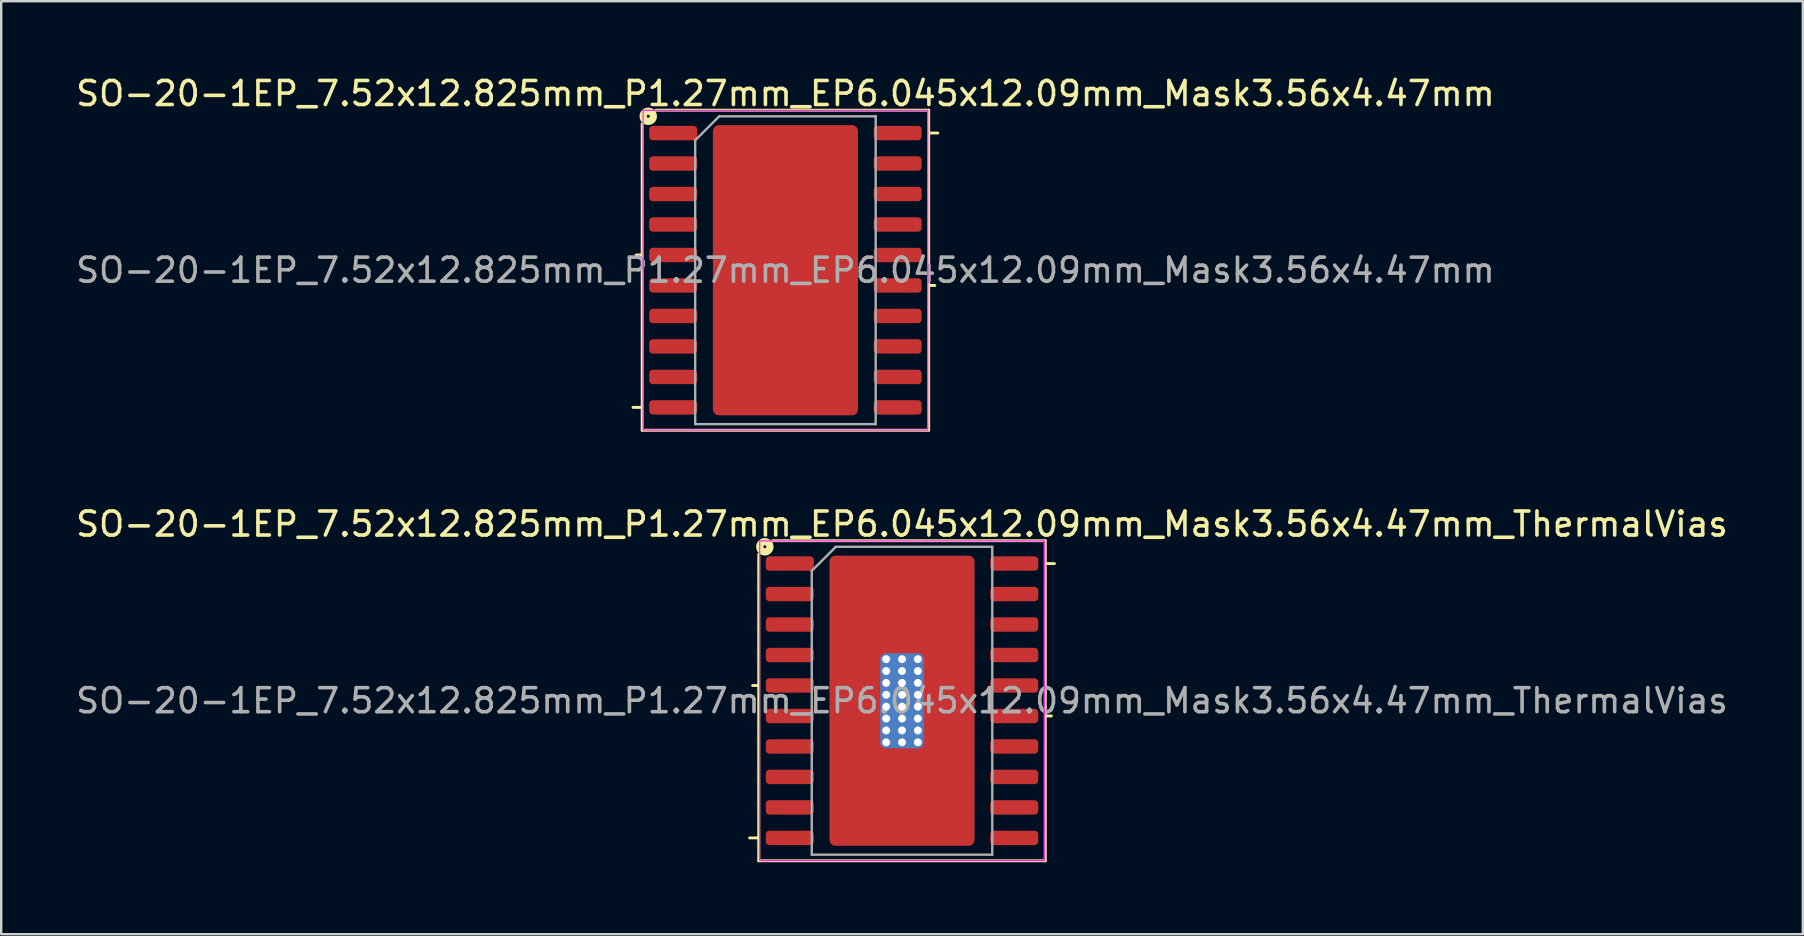
<source format=kicad_pcb>
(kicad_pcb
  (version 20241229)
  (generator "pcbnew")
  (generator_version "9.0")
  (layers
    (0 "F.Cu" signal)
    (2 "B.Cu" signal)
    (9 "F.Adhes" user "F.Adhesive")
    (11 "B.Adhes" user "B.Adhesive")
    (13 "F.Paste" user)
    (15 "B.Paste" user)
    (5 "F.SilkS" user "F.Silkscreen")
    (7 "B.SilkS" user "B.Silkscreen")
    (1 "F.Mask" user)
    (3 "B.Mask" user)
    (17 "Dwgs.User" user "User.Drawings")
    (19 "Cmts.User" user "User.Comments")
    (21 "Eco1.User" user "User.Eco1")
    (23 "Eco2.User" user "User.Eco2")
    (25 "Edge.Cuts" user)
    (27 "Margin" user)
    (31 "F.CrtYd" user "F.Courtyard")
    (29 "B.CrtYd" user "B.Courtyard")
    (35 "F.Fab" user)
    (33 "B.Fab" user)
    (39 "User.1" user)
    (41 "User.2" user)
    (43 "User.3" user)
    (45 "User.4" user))
  (footprint "SO-20-1EP_7.52x12.825mm_P1.27mm_EP6.045x12.09mm_Mask3.56x4.47mm_ThermalVias"
    (layer "F.Cu")
    (at 34.53 26.144)
    (property "Reference" "SO-20-1EP_7.52x12.825mm_P1.27mm_EP6.045x12.09mm_Mask3.56x4.47mm_ThermalVias" (at 0 -7.36 0) (layer "F.SilkS") (effects (font (size 1 1) (thickness 0.15))))
    (attr smd)
    (fp_line (start -5.969 -6.096) (end -5.969 6.668) (stroke (width 0.12) (type solid)) (layer "F.SilkS"))
    (fp_line (start -5.969 -0.635) (end -6.223 -0.635) (stroke (width 0.12) (type solid)) (layer "F.SilkS"))
    (fp_line (start -5.969 5.715) (end -6.35 5.715) (stroke (width 0.12) (type solid)) (layer "F.SilkS"))
    (fp_line (start -5.969 6.668) (end 5.969 6.668) (stroke (width 0.12) (type solid)) (layer "F.SilkS"))
    (fp_line (start 5.969 -6.668) (end -5.397 -6.668) (stroke (width 0.12) (type solid)) (layer "F.SilkS"))
    (fp_line (start 5.969 -5.715) (end 6.35 -5.715) (stroke (width 0.12) (type solid)) (layer "F.SilkS"))
    (fp_line (start 5.969 0.635) (end 6.223 0.635) (stroke (width 0.12) (type solid)) (layer "F.SilkS"))
    (fp_line (start 5.969 6.668) (end 5.969 -6.668) (stroke (width 0.12) (type solid)) (layer "F.SilkS"))
    (fp_circle (center -5.715 -6.413) (end -5.652 -6.413) (stroke (width 0.3) (type solid)) (fill no) (layer "F.SilkS"))
    (fp_line (start -5.93 -6.66) (end -5.93 6.66) (stroke (width 0.05) (type solid)) (layer "F.CrtYd"))
    (fp_line (start -5.93 6.66) (end 5.93 6.66) (stroke (width 0.05) (type solid)) (layer "F.CrtYd"))
    (fp_line (start 5.93 -6.66) (end -5.93 -6.66) (stroke (width 0.05) (type solid)) (layer "F.CrtYd"))
    (fp_line (start 5.93 6.66) (end 5.93 -6.66) (stroke (width 0.05) (type solid)) (layer "F.CrtYd"))
    (fp_line (start -3.76 -5.412) (end -2.76 -6.412) (stroke (width 0.1) (type solid)) (layer "F.Fab"))
    (fp_line (start -3.76 6.412) (end -3.76 -5.412) (stroke (width 0.1) (type solid)) (layer "F.Fab"))
    (fp_line (start -2.76 -6.412) (end 3.76 -6.412) (stroke (width 0.1) (type solid)) (layer "F.Fab"))
    (fp_line (start 3.76 -6.412) (end 3.76 6.412) (stroke (width 0.1) (type solid)) (layer "F.Fab"))
    (fp_line (start 3.76 6.412) (end -3.76 6.412) (stroke (width 0.1) (type solid)) (layer "F.Fab"))
    (fp_text user "${REFERENCE}" (at 0 0 0) (layer "F.Fab") (effects (font (size 1 1) (thickness 0.15))))
    (pad "" smd roundrect (at -0.89 -1.115) (size 1.54 1.94) (layers "F.Paste") (roundrect_rratio 0.162))
    (pad "" smd roundrect (at -0.89 1.115) (size 1.54 1.94) (layers "F.Paste") (roundrect_rratio 0.162))
    (pad "" smd roundrect (at 0 0) (size 3.56 4.47) (layers "F.Mask") (roundrect_rratio 0.069))
    (pad "" smd roundrect (at 0.89 -1.115) (size 1.54 1.94) (layers "F.Paste") (roundrect_rratio 0.162))
    (pad "" smd roundrect (at 0.89 1.115) (size 1.54 1.94) (layers "F.Paste") (roundrect_rratio 0.162))
    (pad "1" smd roundrect (at -4.675 -5.715) (size 2 0.6) (layers "F.Cu" "F.Mask" "F.Paste") (roundrect_rratio 0.25))
    (pad "2" smd roundrect (at -4.675 -4.445) (size 2 0.6) (layers "F.Cu" "F.Mask" "F.Paste") (roundrect_rratio 0.25))
    (pad "3" smd roundrect (at -4.675 -3.175) (size 2 0.6) (layers "F.Cu" "F.Mask" "F.Paste") (roundrect_rratio 0.25))
    (pad "4" smd roundrect (at -4.675 -1.905) (size 2 0.6) (layers "F.Cu" "F.Mask" "F.Paste") (roundrect_rratio 0.25))
    (pad "5" smd roundrect (at -4.675 -0.635) (size 2 0.6) (layers "F.Cu" "F.Mask" "F.Paste") (roundrect_rratio 0.25))
    (pad "6" smd roundrect (at -4.675 0.635) (size 2 0.6) (layers "F.Cu" "F.Mask" "F.Paste") (roundrect_rratio 0.25))
    (pad "7" smd roundrect (at -4.675 1.905) (size 2 0.6) (layers "F.Cu" "F.Mask" "F.Paste") (roundrect_rratio 0.25))
    (pad "8" smd roundrect (at -4.675 3.175) (size 2 0.6) (layers "F.Cu" "F.Mask" "F.Paste") (roundrect_rratio 0.25))
    (pad "9" smd roundrect (at -4.675 4.445) (size 2 0.6) (layers "F.Cu" "F.Mask" "F.Paste") (roundrect_rratio 0.25))
    (pad "10" smd roundrect (at -4.675 5.715) (size 2 0.6) (layers "F.Cu" "F.Mask" "F.Paste") (roundrect_rratio 0.25))
    (pad "11" smd roundrect (at 4.675 5.715) (size 2 0.6) (layers "F.Cu" "F.Mask" "F.Paste") (roundrect_rratio 0.25))
    (pad "12" smd roundrect (at 4.675 4.445) (size 2 0.6) (layers "F.Cu" "F.Mask" "F.Paste") (roundrect_rratio 0.25))
    (pad "13" smd roundrect (at 4.675 3.175) (size 2 0.6) (layers "F.Cu" "F.Mask" "F.Paste") (roundrect_rratio 0.25))
    (pad "14" smd roundrect (at 4.675 1.905) (size 2 0.6) (layers "F.Cu" "F.Mask" "F.Paste") (roundrect_rratio 0.25))
    (pad "15" smd roundrect (at 4.675 0.635) (size 2 0.6) (layers "F.Cu" "F.Mask" "F.Paste") (roundrect_rratio 0.25))
    (pad "16" smd roundrect (at 4.675 -0.635) (size 2 0.6) (layers "F.Cu" "F.Mask" "F.Paste") (roundrect_rratio 0.25))
    (pad "17" smd roundrect (at 4.675 -1.905) (size 2 0.6) (layers "F.Cu" "F.Mask" "F.Paste") (roundrect_rratio 0.25))
    (pad "18" smd roundrect (at 4.675 -3.175) (size 2 0.6) (layers "F.Cu" "F.Mask" "F.Paste") (roundrect_rratio 0.25))
    (pad "19" smd roundrect (at 4.675 -4.445) (size 2 0.6) (layers "F.Cu" "F.Mask" "F.Paste") (roundrect_rratio 0.25))
    (pad "20" smd roundrect (at 4.675 -5.715) (size 2 0.6) (layers "F.Cu" "F.Mask" "F.Paste") (roundrect_rratio 0.25))
    (pad "21" thru_hole circle (at -0.66 -1.732) (size 0.49 0.49) (drill 0.33) (layers "*.Cu"))
    (pad "21" thru_hole circle (at -0.66 -1.238) (size 0.49 0.49) (drill 0.33) (layers "*.Cu"))
    (pad "21" thru_hole circle (at -0.66 -0.743) (size 0.49 0.49) (drill 0.33) (layers "*.Cu"))
    (pad "21" thru_hole circle (at -0.66 -0.247) (size 0.49 0.49) (drill 0.33) (layers "*.Cu"))
    (pad "21" thru_hole circle (at -0.66 0.247) (size 0.49 0.49) (drill 0.33) (layers "*.Cu"))
    (pad "21" thru_hole circle (at -0.66 0.743) (size 0.49 0.49) (drill 0.33) (layers "*.Cu"))
    (pad "21" thru_hole circle (at -0.66 1.238) (size 0.49 0.49) (drill 0.33) (layers "*.Cu"))
    (pad "21" thru_hole circle (at -0.66 1.732) (size 0.49 0.49) (drill 0.33) (layers "*.Cu"))
    (pad "21" thru_hole circle (at 0 -1.732) (size 0.49 0.49) (drill 0.33) (layers "*.Cu"))
    (pad "21" thru_hole circle (at 0 -1.238) (size 0.49 0.49) (drill 0.33) (layers "*.Cu"))
    (pad "21" thru_hole circle (at 0 -0.743) (size 0.49 0.49) (drill 0.33) (layers "*.Cu"))
    (pad "21" thru_hole circle (at 0 -0.247) (size 0.49 0.49) (drill 0.33) (layers "*.Cu"))
    (pad "21" smd roundrect (at 0 0) (size 1.81 3.955) (layers "B.Cu" "B.Mask") (roundrect_rratio 0.135))
    (pad "21" smd roundrect (at 0 0) (size 6.045 12.09) (layers "F.Cu") (roundrect_rratio 0.041))
    (pad "21" thru_hole circle (at 0 0.247) (size 0.49 0.49) (drill 0.33) (layers "*.Cu"))
    (pad "21" thru_hole circle (at 0 0.743) (size 0.49 0.49) (drill 0.33) (layers "*.Cu"))
    (pad "21" thru_hole circle (at 0 1.238) (size 0.49 0.49) (drill 0.33) (layers "*.Cu"))
    (pad "21" thru_hole circle (at 0 1.732) (size 0.49 0.49) (drill 0.33) (layers "*.Cu"))
    (pad "21" thru_hole circle (at 0.66 -1.732) (size 0.49 0.49) (drill 0.33) (layers "*.Cu"))
    (pad "21" thru_hole circle (at 0.66 -1.238) (size 0.49 0.49) (drill 0.33) (layers "*.Cu"))
    (pad "21" thru_hole circle (at 0.66 -0.743) (size 0.49 0.49) (drill 0.33) (layers "*.Cu"))
    (pad "21" thru_hole circle (at 0.66 -0.247) (size 0.49 0.49) (drill 0.33) (layers "*.Cu"))
    (pad "21" thru_hole circle (at 0.66 0.247) (size 0.49 0.49) (drill 0.33) (layers "*.Cu"))
    (pad "21" thru_hole circle (at 0.66 0.743) (size 0.49 0.49) (drill 0.33) (layers "*.Cu"))
    (pad "21" thru_hole circle (at 0.66 1.238) (size 0.49 0.49) (drill 0.33) (layers "*.Cu"))
    (pad "21" thru_hole circle (at 0.66 1.732) (size 0.49 0.49) (drill 0.33) (layers "*.Cu")))
  (footprint "SO-20-1EP_7.52x12.825mm_P1.27mm_EP6.045x12.09mm_Mask3.56x4.47mm"
    (layer "F.Cu")
    (at 29.673 8.208)
    (property "Reference" "SO-20-1EP_7.52x12.825mm_P1.27mm_EP6.045x12.09mm_Mask3.56x4.47mm" (at 0 -7.36 0) (layer "F.SilkS") (effects (font (size 1 1) (thickness 0.15))))
    (attr smd)
    (fp_line (start -5.969 -6.096) (end -5.969 6.668) (stroke (width 0.12) (type solid)) (layer "F.SilkS"))
    (fp_line (start -5.969 -0.635) (end -6.223 -0.635) (stroke (width 0.12) (type solid)) (layer "F.SilkS"))
    (fp_line (start -5.969 5.715) (end -6.35 5.715) (stroke (width 0.12) (type solid)) (layer "F.SilkS"))
    (fp_line (start -5.969 6.668) (end 5.969 6.668) (stroke (width 0.12) (type solid)) (layer "F.SilkS"))
    (fp_line (start 5.969 -6.668) (end -5.397 -6.668) (stroke (width 0.12) (type solid)) (layer "F.SilkS"))
    (fp_line (start 5.969 -5.715) (end 6.35 -5.715) (stroke (width 0.12) (type solid)) (layer "F.SilkS"))
    (fp_line (start 5.969 0.635) (end 6.223 0.635) (stroke (width 0.12) (type solid)) (layer "F.SilkS"))
    (fp_line (start 5.969 6.668) (end 5.969 -6.668) (stroke (width 0.12) (type solid)) (layer "F.SilkS"))
    (fp_circle (center -5.715 -6.413) (end -5.652 -6.413) (stroke (width 0.3) (type solid)) (fill no) (layer "F.SilkS"))
    (fp_line (start -5.93 -6.66) (end -5.93 6.66) (stroke (width 0.05) (type solid)) (layer "F.CrtYd"))
    (fp_line (start -5.93 6.66) (end 5.93 6.66) (stroke (width 0.05) (type solid)) (layer "F.CrtYd"))
    (fp_line (start 5.93 -6.66) (end -5.93 -6.66) (stroke (width 0.05) (type solid)) (layer "F.CrtYd"))
    (fp_line (start 5.93 6.66) (end 5.93 -6.66) (stroke (width 0.05) (type solid)) (layer "F.CrtYd"))
    (fp_line (start -3.76 -5.412) (end -2.76 -6.412) (stroke (width 0.1) (type solid)) (layer "F.Fab"))
    (fp_line (start -3.76 6.412) (end -3.76 -5.412) (stroke (width 0.1) (type solid)) (layer "F.Fab"))
    (fp_line (start -2.76 -6.412) (end 3.76 -6.412) (stroke (width 0.1) (type solid)) (layer "F.Fab"))
    (fp_line (start 3.76 -6.412) (end 3.76 6.412) (stroke (width 0.1) (type solid)) (layer "F.Fab"))
    (fp_line (start 3.76 6.412) (end -3.76 6.412) (stroke (width 0.1) (type solid)) (layer "F.Fab"))
    (fp_text user "${REFERENCE}" (at 0 0 0) (layer "F.Fab") (effects (font (size 1 1) (thickness 0.15))))
    (pad "" smd roundrect (at 0 0) (size 2.87 3.6) (layers "F.Paste") (roundrect_rratio 0.087))
    (pad "" smd roundrect (at 0 0) (size 3.56 4.47) (layers "F.Mask") (roundrect_rratio 0.07))
    (pad "1" smd roundrect (at -4.675 -5.715) (size 2 0.6) (layers "F.Cu" "F.Mask" "F.Paste") (roundrect_rratio 0.25))
    (pad "2" smd roundrect (at -4.675 -4.445) (size 2 0.6) (layers "F.Cu" "F.Mask" "F.Paste") (roundrect_rratio 0.25))
    (pad "3" smd roundrect (at -4.675 -3.175) (size 2 0.6) (layers "F.Cu" "F.Mask" "F.Paste") (roundrect_rratio 0.25))
    (pad "4" smd roundrect (at -4.675 -1.905) (size 2 0.6) (layers "F.Cu" "F.Mask" "F.Paste") (roundrect_rratio 0.25))
    (pad "5" smd roundrect (at -4.675 -0.635) (size 2 0.6) (layers "F.Cu" "F.Mask" "F.Paste") (roundrect_rratio 0.25))
    (pad "6" smd roundrect (at -4.675 0.635) (size 2 0.6) (layers "F.Cu" "F.Mask" "F.Paste") (roundrect_rratio 0.25))
    (pad "7" smd roundrect (at -4.675 1.905) (size 2 0.6) (layers "F.Cu" "F.Mask" "F.Paste") (roundrect_rratio 0.25))
    (pad "8" smd roundrect (at -4.675 3.175) (size 2 0.6) (layers "F.Cu" "F.Mask" "F.Paste") (roundrect_rratio 0.25))
    (pad "9" smd roundrect (at -4.675 4.445) (size 2 0.6) (layers "F.Cu" "F.Mask" "F.Paste") (roundrect_rratio 0.25))
    (pad "10" smd roundrect (at -4.675 5.715) (size 2 0.6) (layers "F.Cu" "F.Mask" "F.Paste") (roundrect_rratio 0.25))
    (pad "11" smd roundrect (at 4.675 5.715) (size 2 0.6) (layers "F.Cu" "F.Mask" "F.Paste") (roundrect_rratio 0.25))
    (pad "12" smd roundrect (at 4.675 4.445) (size 2 0.6) (layers "F.Cu" "F.Mask" "F.Paste") (roundrect_rratio 0.25))
    (pad "13" smd roundrect (at 4.675 3.175) (size 2 0.6) (layers "F.Cu" "F.Mask" "F.Paste") (roundrect_rratio 0.25))
    (pad "14" smd roundrect (at 4.675 1.905) (size 2 0.6) (layers "F.Cu" "F.Mask" "F.Paste") (roundrect_rratio 0.25))
    (pad "15" smd roundrect (at 4.675 0.635) (size 2 0.6) (layers "F.Cu" "F.Mask" "F.Paste") (roundrect_rratio 0.25))
    (pad "16" smd roundrect (at 4.675 -0.635) (size 2 0.6) (layers "F.Cu" "F.Mask" "F.Paste") (roundrect_rratio 0.25))
    (pad "17" smd roundrect (at 4.675 -1.905) (size 2 0.6) (layers "F.Cu" "F.Mask" "F.Paste") (roundrect_rratio 0.25))
    (pad "18" smd roundrect (at 4.675 -3.175) (size 2 0.6) (layers "F.Cu" "F.Mask" "F.Paste") (roundrect_rratio 0.25))
    (pad "19" smd roundrect (at 4.675 -4.445) (size 2 0.6) (layers "F.Cu" "F.Mask" "F.Paste") (roundrect_rratio 0.25))
    (pad "20" smd roundrect (at 4.675 -5.715) (size 2 0.6) (layers "F.Cu" "F.Mask" "F.Paste") (roundrect_rratio 0.25))
    (pad "21" smd roundrect (at 0 0) (size 6.045 12.09) (layers "F.Cu") (roundrect_rratio 0.041)))
  (gr_rect
    (start -3 -3)
    (end 72.06 35.871)
    (stroke (width 0.1) (type default))
    (fill no)
    (layer "Edge.Cuts")))
</source>
